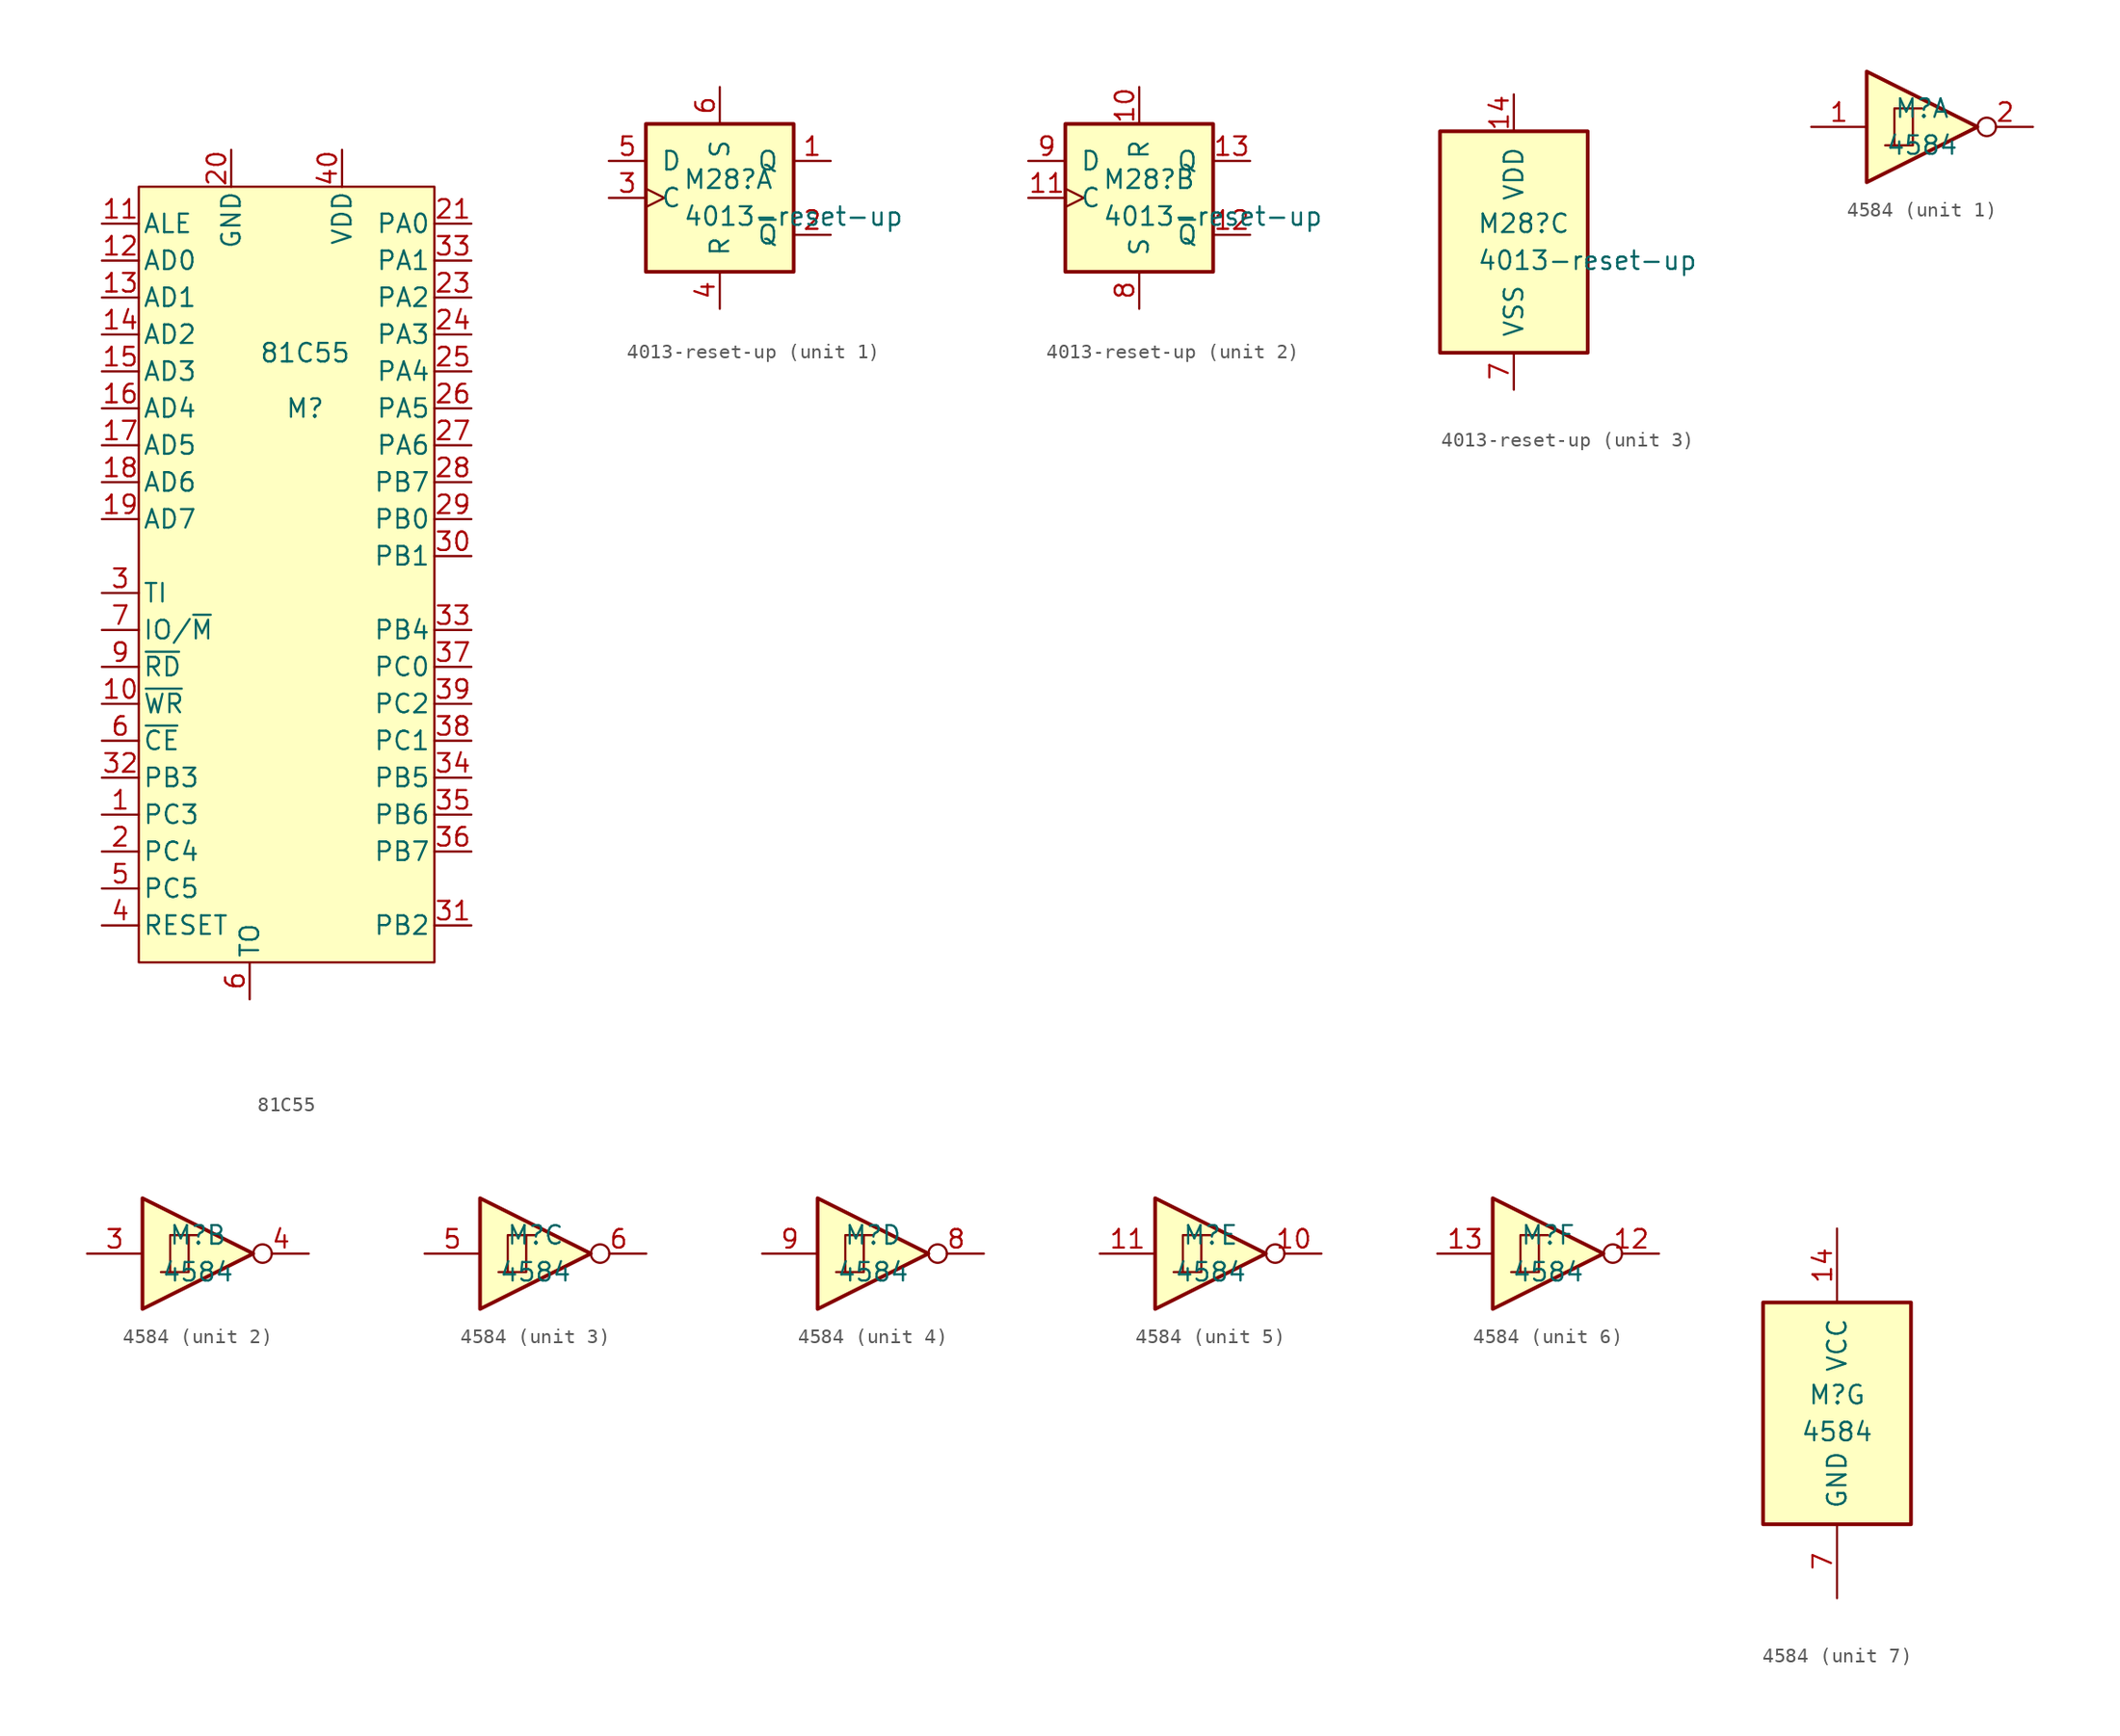
<source format=kicad_sym>
(kicad_symbol_lib
  (version 20211014)
  (generator kicad_symbol_editor)
  (symbol "81C55"
    (pin_names
      (offset 0.254))
    (property "Reference" "M"
      (at 1.27 11.43 0)
      (effects (font (size 1.27 1.27))))
    (property "Value" "81C55"
      (at 1.27 15.24 0)
      (effects (font (size 1.27 1.27))))
    (symbol "81C55_0_0"
      (pin bidirectional line (at -12.7 -16.51 0) (length 2.54) (name "PC3" (effects (font (size 1.27 1.27)))) (number "1" (effects (font (size 1.27 1.27)))))
      (pin input line (at -12.7 -8.89 0) (length 2.54) (name "~{WR}" (effects (font (size 1.27 1.27)))) (number "10" (effects (font (size 1.27 1.27)))))
      (pin bidirectional line (at -12.7 21.59 0) (length 2.54) (name "AD0" (effects (font (size 1.27 1.27)))) (number "12" (effects (font (size 1.27 1.27)))))
      (pin bidirectional line (at -12.7 19.05 0) (length 2.54) (name "AD1" (effects (font (size 1.27 1.27)))) (number "13" (effects (font (size 1.27 1.27)))))
      (pin bidirectional line (at -12.7 16.51 0) (length 2.54) (name "AD2" (effects (font (size 1.27 1.27)))) (number "14" (effects (font (size 1.27 1.27)))))
      (pin bidirectional line (at -12.7 13.97 0) (length 2.54) (name "AD3" (effects (font (size 1.27 1.27)))) (number "15" (effects (font (size 1.27 1.27)))))
      (pin bidirectional line (at -12.7 11.43 0) (length 2.54) (name "AD4" (effects (font (size 1.27 1.27)))) (number "16" (effects (font (size 1.27 1.27)))))
      (pin bidirectional line (at -12.7 8.89 0) (length 2.54) (name "AD5" (effects (font (size 1.27 1.27)))) (number "17" (effects (font (size 1.27 1.27)))))
      (pin bidirectional line (at -12.7 6.35 0) (length 2.54) (name "AD6" (effects (font (size 1.27 1.27)))) (number "18" (effects (font (size 1.27 1.27)))))
      (pin bidirectional line (at -12.7 3.81 0) (length 2.54) (name "AD7" (effects (font (size 1.27 1.27)))) (number "19" (effects (font (size 1.27 1.27)))))
      (pin bidirectional line (at -12.7 -19.05 0) (length 2.54) (name "PC4" (effects (font (size 1.27 1.27)))) (number "2" (effects (font (size 1.27 1.27)))))
      (pin output line (at 12.7 19.05 180) (length 2.54) (name "PA2" (effects (font (size 1.27 1.27)))) (number "23" (effects (font (size 1.27 1.27)))))
      (pin output line (at 12.7 16.51 180) (length 2.54) (name "PA3" (effects (font (size 1.27 1.27)))) (number "24" (effects (font (size 1.27 1.27)))))
      (pin output line (at 12.7 13.97 180) (length 2.54) (name "PA4" (effects (font (size 1.27 1.27)))) (number "25" (effects (font (size 1.27 1.27)))))
      (pin output line (at 12.7 11.43 180) (length 2.54) (name "PA5" (effects (font (size 1.27 1.27)))) (number "26" (effects (font (size 1.27 1.27)))))
      (pin output line (at 12.7 8.89 180) (length 2.54) (name "PA6" (effects (font (size 1.27 1.27)))) (number "27" (effects (font (size 1.27 1.27)))))
      (pin output line (at 12.7 6.35 180) (length 2.54) (name "PB7" (effects (font (size 1.27 1.27)))) (number "28" (effects (font (size 1.27 1.27)))))
      (pin bidirectional line (at 12.7 3.81 180) (length 2.54) (name "PB0" (effects (font (size 1.27 1.27)))) (number "29" (effects (font (size 1.27 1.27)))))
      (pin bidirectional line (at 12.7 1.27 180) (length 2.54) (name "PB1" (effects (font (size 1.27 1.27)))) (number "30" (effects (font (size 1.27 1.27)))))
      (pin output line (at 12.7 -24.13 180) (length 2.54) (name "PB2" (effects (font (size 1.27 1.27)))) (number "31" (effects (font (size 1.27 1.27)))))
      (pin bidirectional line (at -12.7 -13.97 0) (length 2.54) (name "PB3" (effects (font (size 1.27 1.27)))) (number "32" (effects (font (size 1.27 1.27)))))
      (pin output line (at 12.7 21.59 180) (length 2.54) (name "PA1" (effects (font (size 1.27 1.27)))) (number "33" (effects (font (size 1.27 1.27)))))
      (pin bidirectional line (at 12.7 -3.81 180) (length 2.54) (name "PB4" (effects (font (size 1.27 1.27)))) (number "33" (effects (font (size 1.27 1.27)))))
      (pin bidirectional line (at 12.7 -13.97 180) (length 2.54) (name "PB5" (effects (font (size 1.27 1.27)))) (number "34" (effects (font (size 1.27 1.27)))))
      (pin bidirectional line (at 12.7 -16.51 180) (length 2.54) (name "PB6" (effects (font (size 1.27 1.27)))) (number "35" (effects (font (size 1.27 1.27)))))
      (pin bidirectional line (at 12.7 -19.05 180) (length 2.54) (name "PB7" (effects (font (size 1.27 1.27)))) (number "36" (effects (font (size 1.27 1.27)))))
      (pin bidirectional line (at 12.7 -6.35 180) (length 2.54) (name "PC0" (effects (font (size 1.27 1.27)))) (number "37" (effects (font (size 1.27 1.27)))))
      (pin bidirectional line (at 12.7 -11.43 180) (length 2.54) (name "PC1" (effects (font (size 1.27 1.27)))) (number "38" (effects (font (size 1.27 1.27)))))
      (pin bidirectional line (at 12.7 -8.89 180) (length 2.54) (name "PC2" (effects (font (size 1.27 1.27)))) (number "39" (effects (font (size 1.27 1.27)))))
      (pin bidirectional line (at -12.7 -21.59 0) (length 2.54) (name "PC5" (effects (font (size 1.27 1.27)))) (number "5" (effects (font (size 1.27 1.27)))))
      (pin input line (at -12.7 -11.43 0) (length 2.54) (name "~{CE}" (effects (font (size 1.27 1.27)))) (number "6" (effects (font (size 1.27 1.27)))))
      (pin output line (at -12.7 -3.81 0) (length 2.54) (name "IO/~{M}" (effects (font (size 1.27 1.27)))) (number "7" (effects (font (size 1.27 1.27)))))
      (pin input line (at -12.7 -6.35 0) (length 2.54) (name "~{RD}" (effects (font (size 1.27 1.27)))) (number "9" (effects (font (size 1.27 1.27))))))
    (symbol "81C55_0_1"
      (rectangle (start -10.16 26.67) (end 10.16 -26.67) (stroke (width 0) (type default) (color 0 0 0 0)) (fill (type background))))
    (symbol "81C55_1_1"
      (pin input line (at -12.7 24.13 0) (length 2.54) (name "ALE" (effects (font (size 1.27 1.27)))) (number "11" (effects (font (size 1.27 1.27)))))
      (pin power_in line (at -3.81 29.21 270) (length 2.54) (name "GND" (effects (font (size 1.27 1.27)))) (number "20" (effects (font (size 1.27 1.27)))))
      (pin output line (at 12.7 24.13 180) (length 2.54) (name "PA0" (effects (font (size 1.27 1.27)))) (number "21" (effects (font (size 1.27 1.27)))))
      (pin input line (at -12.7 -1.27 0) (length 2.54) (name "TI" (effects (font (size 1.27 1.27)))) (number "3" (effects (font (size 1.27 1.27)))))
      (pin output line (at -12.7 -24.13 0) (length 2.54) (name "RESET" (effects (font (size 1.27 1.27)))) (number "4" (effects (font (size 1.27 1.27)))))
      (pin power_in line (at 3.81 29.21 270) (length 2.54) (name "VDD" (effects (font (size 1.27 1.27)))) (number "40" (effects (font (size 1.27 1.27)))))
      (pin output line (at -2.54 -29.21 90) (length 2.54) (name "TO" (effects (font (size 1.27 1.27)))) (number "6" (effects (font (size 1.27 1.27)))))))
  (symbol "4013-reset-up"
    (pin_names
      (offset 1.016))
    (property "Reference" "M28"
      (at -2.54 1.27 0)
      (effects (font (size 1.27 1.27)) (justify left)))
    (property "Value" "4013-reset-up"
      (at -2.54 -1.27 0)
      (effects (font (size 1.27 1.27)) (justify left)))
    (property "ki_locked" ""
      (at 0 0 0)
      (effects (font (size 1.27 1.27))))
    (symbol "4013-reset-up_1_1"
      (rectangle (start -5.08 5.08) (end 5.08 -5.08) (stroke (width 0.254) (type default) (color 0 0 0 0)) (fill (type background)))
      (pin output line (at 7.62 2.54 180) (length 2.54) (name "Q" (effects (font (size 1.27 1.27)))) (number "1" (effects (font (size 1.27 1.27)))))
      (pin output line (at 7.62 -2.54 180) (length 2.54) (name "~{Q}" (effects (font (size 1.27 1.27)))) (number "2" (effects (font (size 1.27 1.27)))))
      (pin input clock (at -7.62 0 0) (length 2.54) (name "C" (effects (font (size 1.27 1.27)))) (number "3" (effects (font (size 1.27 1.27)))))
      (pin input line (at 0 -7.62 90) (length 2.54) (name "R" (effects (font (size 1.27 1.27)))) (number "4" (effects (font (size 1.27 1.27)))))
      (pin input line (at -7.62 2.54 0) (length 2.54) (name "D" (effects (font (size 1.27 1.27)))) (number "5" (effects (font (size 1.27 1.27)))))
      (pin input line (at 0 7.62 270) (length 2.54) (name "S" (effects (font (size 1.27 1.27)))) (number "6" (effects (font (size 1.27 1.27))))))
    (symbol "4013-reset-up_2_1"
      (rectangle (start -5.08 5.08) (end 5.08 -5.08) (stroke (width 0.254) (type default) (color 0 0 0 0)) (fill (type background)))
      (pin input line (at 0 7.62 270) (length 2.54) (name "R" (effects (font (size 1.27 1.27)))) (number "10" (effects (font (size 1.27 1.27)))))
      (pin input clock (at -7.62 0 0) (length 2.54) (name "C" (effects (font (size 1.27 1.27)))) (number "11" (effects (font (size 1.27 1.27)))))
      (pin output line (at 7.62 -2.54 180) (length 2.54) (name "~{Q}" (effects (font (size 1.27 1.27)))) (number "12" (effects (font (size 1.27 1.27)))))
      (pin output line (at 7.62 2.54 180) (length 2.54) (name "Q" (effects (font (size 1.27 1.27)))) (number "13" (effects (font (size 1.27 1.27)))))
      (pin input line (at 0 -7.62 90) (length 2.54) (name "S" (effects (font (size 1.27 1.27)))) (number "8" (effects (font (size 1.27 1.27)))))
      (pin input line (at -7.62 2.54 0) (length 2.54) (name "D" (effects (font (size 1.27 1.27)))) (number "9" (effects (font (size 1.27 1.27))))))
    (symbol "4013-reset-up_3_0"
      (pin power_in line (at 0 10.16 270) (length 2.54) (name "VDD" (effects (font (size 1.27 1.27)))) (number "14" (effects (font (size 1.27 1.27)))))
      (pin power_in line (at 0 -10.16 90) (length 2.54) (name "VSS" (effects (font (size 1.27 1.27)))) (number "7" (effects (font (size 1.27 1.27))))))
    (symbol "4013-reset-up_3_1"
      (rectangle (start -5.08 7.62) (end 5.08 -7.62) (stroke (width 0.254) (type default) (color 0 0 0 0)) (fill (type background)))))
  (symbol "4584"
    (pin_names
      (offset 1.016))
    (property "Reference" "M"
      (at 0 1.27 0)
      (effects (font (size 1.27 1.27))))
    (property "Value" "4584"
      (at 0 -1.27 0)
      (effects (font (size 1.27 1.27))))
    (property "ki_locked" ""
      (at 0 0 0)
      (effects (font (size 1.27 1.27))))
    (symbol "4584_1_0"
      (polyline (pts (xy -3.81 3.81) (xy -3.81 -3.81) (xy 3.81 0) (xy -3.81 3.81)) (stroke (width 0.254) (type default) (color 0 0 0 0)) (fill (type background)))
      (pin input line (at -7.62 0 0) (length 3.81) (name "~" (effects (font (size 1.27 1.27)))) (number "1" (effects (font (size 1.27 1.27)))))
      (pin output inverted (at 7.62 0 180) (length 3.81) (name "~" (effects (font (size 1.27 1.27)))) (number "2" (effects (font (size 1.27 1.27))))))
    (symbol "4584_1_1"
      (polyline (pts (xy -1.905 -1.27) (xy -1.905 1.27) (xy -0.635 1.27)) (stroke (width 0) (type default) (color 0 0 0 0)) (fill (type none)))
      (polyline (pts (xy -2.54 -1.27) (xy -0.635 -1.27) (xy -0.635 1.27) (xy 0 1.27)) (stroke (width 0) (type default) (color 0 0 0 0)) (fill (type none))))
    (symbol "4584_2_0"
      (polyline (pts (xy -3.81 3.81) (xy -3.81 -3.81) (xy 3.81 0) (xy -3.81 3.81)) (stroke (width 0.254) (type default) (color 0 0 0 0)) (fill (type background)))
      (pin input line (at -7.62 0 0) (length 3.81) (name "~" (effects (font (size 1.27 1.27)))) (number "3" (effects (font (size 1.27 1.27)))))
      (pin output inverted (at 7.62 0 180) (length 3.81) (name "~" (effects (font (size 1.27 1.27)))) (number "4" (effects (font (size 1.27 1.27))))))
    (symbol "4584_2_1"
      (polyline (pts (xy -1.905 -1.27) (xy -1.905 1.27) (xy -0.635 1.27)) (stroke (width 0) (type default) (color 0 0 0 0)) (fill (type none)))
      (polyline (pts (xy -2.54 -1.27) (xy -0.635 -1.27) (xy -0.635 1.27) (xy 0 1.27)) (stroke (width 0) (type default) (color 0 0 0 0)) (fill (type none))))
    (symbol "4584_3_0"
      (polyline (pts (xy -3.81 3.81) (xy -3.81 -3.81) (xy 3.81 0) (xy -3.81 3.81)) (stroke (width 0.254) (type default) (color 0 0 0 0)) (fill (type background)))
      (pin input line (at -7.62 0 0) (length 3.81) (name "~" (effects (font (size 1.27 1.27)))) (number "5" (effects (font (size 1.27 1.27)))))
      (pin output inverted (at 7.62 0 180) (length 3.81) (name "~" (effects (font (size 1.27 1.27)))) (number "6" (effects (font (size 1.27 1.27))))))
    (symbol "4584_3_1"
      (polyline (pts (xy -1.905 -1.27) (xy -1.905 1.27) (xy -0.635 1.27)) (stroke (width 0) (type default) (color 0 0 0 0)) (fill (type none)))
      (polyline (pts (xy -2.54 -1.27) (xy -0.635 -1.27) (xy -0.635 1.27) (xy 0 1.27)) (stroke (width 0) (type default) (color 0 0 0 0)) (fill (type none))))
    (symbol "4584_4_0"
      (polyline (pts (xy -3.81 3.81) (xy -3.81 -3.81) (xy 3.81 0) (xy -3.81 3.81)) (stroke (width 0.254) (type default) (color 0 0 0 0)) (fill (type background)))
      (pin output inverted (at 7.62 0 180) (length 3.81) (name "~" (effects (font (size 1.27 1.27)))) (number "8" (effects (font (size 1.27 1.27)))))
      (pin input line (at -7.62 0 0) (length 3.81) (name "~" (effects (font (size 1.27 1.27)))) (number "9" (effects (font (size 1.27 1.27))))))
    (symbol "4584_4_1"
      (polyline (pts (xy -1.905 -1.27) (xy -1.905 1.27) (xy -0.635 1.27)) (stroke (width 0) (type default) (color 0 0 0 0)) (fill (type none)))
      (polyline (pts (xy -2.54 -1.27) (xy -0.635 -1.27) (xy -0.635 1.27) (xy 0 1.27)) (stroke (width 0) (type default) (color 0 0 0 0)) (fill (type none))))
    (symbol "4584_5_0"
      (polyline (pts (xy -3.81 3.81) (xy -3.81 -3.81) (xy 3.81 0) (xy -3.81 3.81)) (stroke (width 0.254) (type default) (color 0 0 0 0)) (fill (type background)))
      (pin output inverted (at 7.62 0 180) (length 3.81) (name "~" (effects (font (size 1.27 1.27)))) (number "10" (effects (font (size 1.27 1.27)))))
      (pin input line (at -7.62 0 0) (length 3.81) (name "~" (effects (font (size 1.27 1.27)))) (number "11" (effects (font (size 1.27 1.27))))))
    (symbol "4584_5_1"
      (polyline (pts (xy -1.905 -1.27) (xy -1.905 1.27) (xy -0.635 1.27)) (stroke (width 0) (type default) (color 0 0 0 0)) (fill (type none)))
      (polyline (pts (xy -2.54 -1.27) (xy -0.635 -1.27) (xy -0.635 1.27) (xy 0 1.27)) (stroke (width 0) (type default) (color 0 0 0 0)) (fill (type none))))
    (symbol "4584_6_0"
      (polyline (pts (xy -3.81 3.81) (xy -3.81 -3.81) (xy 3.81 0) (xy -3.81 3.81)) (stroke (width 0.254) (type default) (color 0 0 0 0)) (fill (type background)))
      (pin output inverted (at 7.62 0 180) (length 3.81) (name "~" (effects (font (size 1.27 1.27)))) (number "12" (effects (font (size 1.27 1.27)))))
      (pin input line (at -7.62 0 0) (length 3.81) (name "~" (effects (font (size 1.27 1.27)))) (number "13" (effects (font (size 1.27 1.27))))))
    (symbol "4584_6_1"
      (polyline (pts (xy -1.905 -1.27) (xy -1.905 1.27) (xy -0.635 1.27)) (stroke (width 0) (type default) (color 0 0 0 0)) (fill (type none)))
      (polyline (pts (xy -2.54 -1.27) (xy -0.635 -1.27) (xy -0.635 1.27) (xy 0 1.27)) (stroke (width 0) (type default) (color 0 0 0 0)) (fill (type none))))
    (symbol "4584_7_0"
      (pin power_in line (at 0 12.7 270) (length 5.08) (name "VCC" (effects (font (size 1.27 1.27)))) (number "14" (effects (font (size 1.27 1.27)))))
      (pin power_in line (at 0 -12.7 90) (length 5.08) (name "GND" (effects (font (size 1.27 1.27)))) (number "7" (effects (font (size 1.27 1.27))))))
    (symbol "4584_7_1"
      (rectangle (start -5.08 7.62) (end 5.08 -7.62) (stroke (width 0.254) (type default) (color 0 0 0 0)) (fill (type background))))))
</source>
